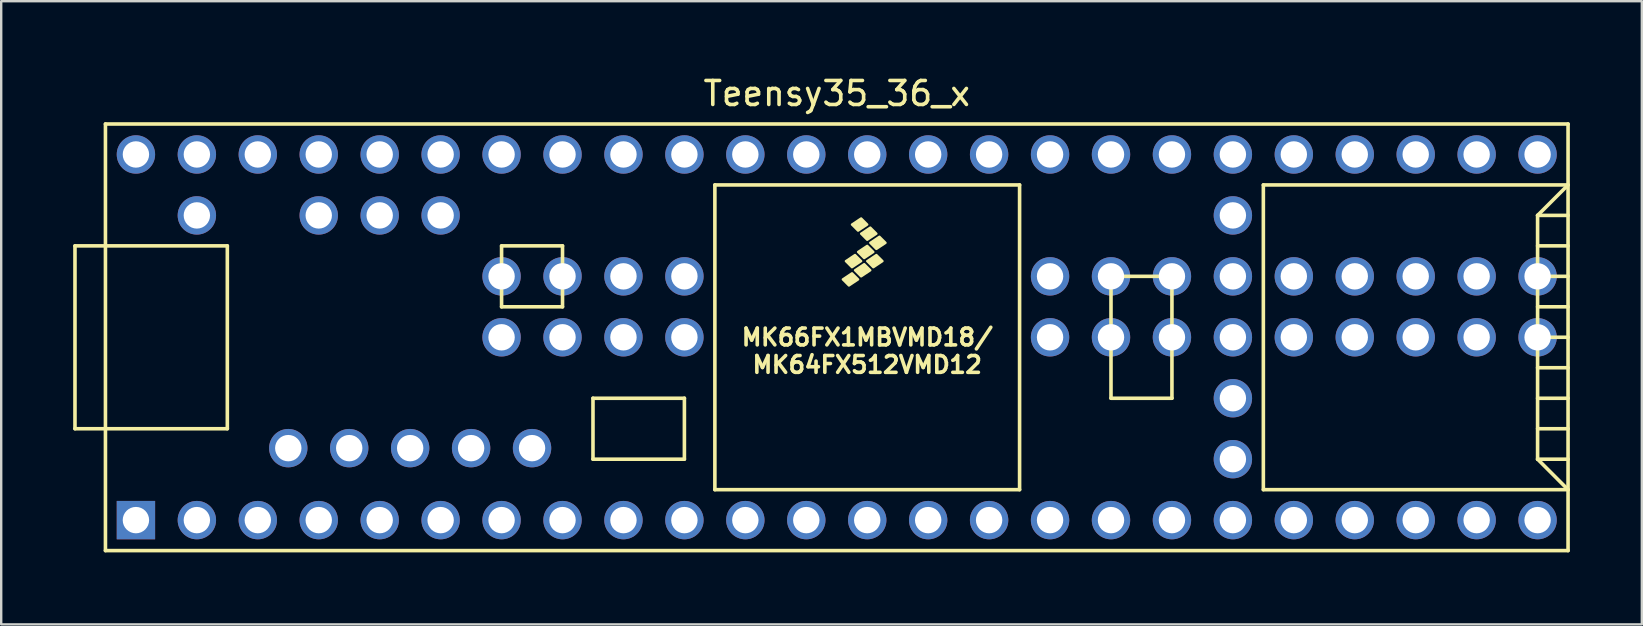
<source format=kicad_pcb>
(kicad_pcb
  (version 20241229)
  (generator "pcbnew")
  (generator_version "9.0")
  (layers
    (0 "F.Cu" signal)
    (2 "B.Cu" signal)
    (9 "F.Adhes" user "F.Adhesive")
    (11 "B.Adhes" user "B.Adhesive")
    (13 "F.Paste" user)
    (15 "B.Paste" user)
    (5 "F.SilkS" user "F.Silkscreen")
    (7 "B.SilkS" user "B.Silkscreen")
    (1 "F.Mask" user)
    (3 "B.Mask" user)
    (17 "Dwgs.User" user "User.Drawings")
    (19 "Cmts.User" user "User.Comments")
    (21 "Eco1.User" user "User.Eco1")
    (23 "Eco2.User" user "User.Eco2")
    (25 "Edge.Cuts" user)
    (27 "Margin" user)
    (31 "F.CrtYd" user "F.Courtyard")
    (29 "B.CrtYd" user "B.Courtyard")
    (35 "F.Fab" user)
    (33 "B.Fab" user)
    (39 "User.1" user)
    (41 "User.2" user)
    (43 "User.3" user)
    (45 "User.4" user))
  (footprint "Teensy35_36_x"
    (layer "F.Cu")
    (at 31.825 11.008)
    (property "Reference" "Teensy35_36_x" (at 0 -10.16 0) (layer "F.SilkS") (effects (font (size 1 1) (thickness 0.15))))
    (attr through_hole)
    (fp_line (start -31.75 -3.81) (end -30.48 -3.81) (stroke (width 0.15) (type solid)) (layer "F.SilkS"))
    (fp_line (start -31.75 3.81) (end -31.75 -3.81) (stroke (width 0.15) (type solid)) (layer "F.SilkS"))
    (fp_line (start -30.48 3.81) (end -31.75 3.81) (stroke (width 0.15) (type solid)) (layer "F.SilkS"))
    (fp_line (start -30.48 8.89) (end -30.48 -8.89) (stroke (width 0.15) (type solid)) (layer "F.SilkS"))
    (fp_line (start -30.48 8.89) (end 30.48 8.89) (stroke (width 0.15) (type solid)) (layer "F.SilkS"))
    (fp_line (start -25.4 -3.81) (end -30.48 -3.81) (stroke (width 0.15) (type solid)) (layer "F.SilkS"))
    (fp_line (start -25.4 3.81) (end -30.48 3.81) (stroke (width 0.15) (type solid)) (layer "F.SilkS"))
    (fp_line (start -25.4 3.81) (end -25.4 -3.81) (stroke (width 0.15) (type solid)) (layer "F.SilkS"))
    (fp_line (start -13.97 -3.81) (end -13.97 -1.27) (stroke (width 0.15) (type solid)) (layer "F.SilkS"))
    (fp_line (start -13.97 -1.27) (end -11.43 -1.27) (stroke (width 0.15) (type solid)) (layer "F.SilkS"))
    (fp_line (start -11.43 -3.81) (end -13.97 -3.81) (stroke (width 0.15) (type solid)) (layer "F.SilkS"))
    (fp_line (start -11.43 -1.27) (end -11.43 -3.81) (stroke (width 0.15) (type solid)) (layer "F.SilkS"))
    (fp_line (start -10.16 2.54) (end -6.35 2.54) (stroke (width 0.15) (type solid)) (layer "F.SilkS"))
    (fp_line (start -10.16 5.08) (end -10.16 2.54) (stroke (width 0.15) (type solid)) (layer "F.SilkS"))
    (fp_line (start -6.35 2.54) (end -6.35 5.08) (stroke (width 0.15) (type solid)) (layer "F.SilkS"))
    (fp_line (start -6.35 5.08) (end -10.16 5.08) (stroke (width 0.15) (type solid)) (layer "F.SilkS"))
    (fp_line (start -5.08 -6.35) (end -5.08 6.35) (stroke (width 0.15) (type solid)) (layer "F.SilkS"))
    (fp_line (start -5.08 -6.35) (end 7.62 -6.35) (stroke (width 0.15) (type solid)) (layer "F.SilkS"))
    (fp_line (start -5.08 6.35) (end 7.62 6.35) (stroke (width 0.15) (type solid)) (layer "F.SilkS"))
    (fp_line (start 7.62 6.35) (end 7.62 -6.35) (stroke (width 0.15) (type solid)) (layer "F.SilkS"))
    (fp_line (start 11.43 -2.54) (end 13.97 -2.54) (stroke (width 0.15) (type solid)) (layer "F.SilkS"))
    (fp_line (start 11.43 2.54) (end 11.43 -2.54) (stroke (width 0.15) (type solid)) (layer "F.SilkS"))
    (fp_line (start 13.97 -2.54) (end 13.97 2.54) (stroke (width 0.15) (type solid)) (layer "F.SilkS"))
    (fp_line (start 13.97 2.54) (end 11.43 2.54) (stroke (width 0.15) (type solid)) (layer "F.SilkS"))
    (fp_line (start 17.78 -6.35) (end 17.78 6.35) (stroke (width 0.15) (type solid)) (layer "F.SilkS"))
    (fp_line (start 17.78 6.35) (end 30.48 6.35) (stroke (width 0.15) (type solid)) (layer "F.SilkS"))
    (fp_line (start 29.21 -5.08) (end 30.48 -6.35) (stroke (width 0.15) (type solid)) (layer "F.SilkS"))
    (fp_line (start 29.21 -5.08) (end 30.48 -5.08) (stroke (width 0.15) (type solid)) (layer "F.SilkS"))
    (fp_line (start 29.21 -3.81) (end 30.48 -3.81) (stroke (width 0.15) (type solid)) (layer "F.SilkS"))
    (fp_line (start 29.21 -2.54) (end 30.48 -2.54) (stroke (width 0.15) (type solid)) (layer "F.SilkS"))
    (fp_line (start 29.21 -1.27) (end 30.48 -1.27) (stroke (width 0.15) (type solid)) (layer "F.SilkS"))
    (fp_line (start 29.21 0) (end 30.48 0) (stroke (width 0.15) (type solid)) (layer "F.SilkS"))
    (fp_line (start 29.21 1.27) (end 30.48 1.27) (stroke (width 0.15) (type solid)) (layer "F.SilkS"))
    (fp_line (start 29.21 2.54) (end 30.48 2.54) (stroke (width 0.15) (type solid)) (layer "F.SilkS"))
    (fp_line (start 29.21 3.81) (end 30.48 3.81) (stroke (width 0.15) (type solid)) (layer "F.SilkS"))
    (fp_line (start 29.21 5.08) (end 29.21 -5.08) (stroke (width 0.15) (type solid)) (layer "F.SilkS"))
    (fp_line (start 29.21 5.08) (end 30.48 5.08) (stroke (width 0.15) (type solid)) (layer "F.SilkS"))
    (fp_line (start 30.48 -8.89) (end -30.48 -8.89) (stroke (width 0.15) (type solid)) (layer "F.SilkS"))
    (fp_line (start 30.48 -8.89) (end 30.48 8.89) (stroke (width 0.15) (type solid)) (layer "F.SilkS"))
    (fp_line (start 30.48 -6.35) (end 17.78 -6.35) (stroke (width 0.15) (type solid)) (layer "F.SilkS"))
    (fp_line (start 30.48 6.35) (end 29.21 5.08) (stroke (width 0.15) (type solid)) (layer "F.SilkS"))
    (fp_poly (pts (xy 0.635 -2.667) (xy 0.889 -2.413) (xy 0.508 -2.159) (xy 0.254 -2.413)) (stroke (width 0.1) (type solid)) (fill yes) (layer "F.SilkS"))
    (fp_poly (pts (xy 0.762 -3.429) (xy 1.016 -3.175) (xy 0.635 -2.921) (xy 0.381 -3.175)) (stroke (width 0.1) (type solid)) (fill yes) (layer "F.SilkS"))
    (fp_poly (pts (xy 1.016 -4.953) (xy 1.27 -4.699) (xy 0.889 -4.445) (xy 0.635 -4.699)) (stroke (width 0.1) (type solid)) (fill yes) (layer "F.SilkS"))
    (fp_poly (pts (xy 1.143 -3.048) (xy 1.397 -2.794) (xy 1.016 -2.54) (xy 0.762 -2.794)) (stroke (width 0.1) (type solid)) (fill yes) (layer "F.SilkS"))
    (fp_poly (pts (xy 1.27 -3.81) (xy 1.524 -3.556) (xy 1.143 -3.302) (xy 0.889 -3.556)) (stroke (width 0.1) (type solid)) (fill yes) (layer "F.SilkS"))
    (fp_poly (pts (xy 1.397 -4.572) (xy 1.651 -4.318) (xy 1.27 -4.064) (xy 1.016 -4.318)) (stroke (width 0.1) (type solid)) (fill yes) (layer "F.SilkS"))
    (fp_poly (pts (xy 1.651 -3.429) (xy 1.905 -3.175) (xy 1.524 -2.921) (xy 1.27 -3.175)) (stroke (width 0.1) (type solid)) (fill yes) (layer "F.SilkS"))
    (fp_poly (pts (xy 1.778 -4.191) (xy 2.032 -3.937) (xy 1.651 -3.683) (xy 1.397 -3.937)) (stroke (width 0.1) (type solid)) (fill yes) (layer "F.SilkS"))
    (fp_text user "MK66FX1MBVMD18/" (at 1.27 0 0) (layer "F.SilkS") (effects (font (size 0.7 0.7) (thickness 0.15))))
    (fp_text user "MK64FX512VMD12" (at 1.27 1.143 0) (layer "F.SilkS") (effects (font (size 0.7 0.7) (thickness 0.15))))
    (pad "1" thru_hole rect (at -29.21 7.62) (size 1.6 1.6) (drill 1.1) (layers "*.Cu" "*.Mask"))
    (pad "2" thru_hole circle (at -26.67 7.62) (size 1.6 1.6) (drill 1.1) (layers "*.Cu" "*.Mask"))
    (pad "3" thru_hole circle (at -24.13 7.62) (size 1.6 1.6) (drill 1.1) (layers "*.Cu" "*.Mask"))
    (pad "4" thru_hole circle (at -21.59 7.62) (size 1.6 1.6) (drill 1.1) (layers "*.Cu" "*.Mask"))
    (pad "5" thru_hole circle (at -19.05 7.62) (size 1.6 1.6) (drill 1.1) (layers "*.Cu" "*.Mask"))
    (pad "6" thru_hole circle (at -16.51 7.62) (size 1.6 1.6) (drill 1.1) (layers "*.Cu" "*.Mask"))
    (pad "7" thru_hole circle (at -13.97 7.62) (size 1.6 1.6) (drill 1.1) (layers "*.Cu" "*.Mask"))
    (pad "8" thru_hole circle (at -11.43 7.62) (size 1.6 1.6) (drill 1.1) (layers "*.Cu" "*.Mask"))
    (pad "9" thru_hole circle (at -8.89 7.62) (size 1.6 1.6) (drill 1.1) (layers "*.Cu" "*.Mask"))
    (pad "10" thru_hole circle (at -6.35 7.62) (size 1.6 1.6) (drill 1.1) (layers "*.Cu" "*.Mask"))
    (pad "11" thru_hole circle (at -3.81 7.62) (size 1.6 1.6) (drill 1.1) (layers "*.Cu" "*.Mask"))
    (pad "12" thru_hole circle (at -1.27 7.62) (size 1.6 1.6) (drill 1.1) (layers "*.Cu" "*.Mask"))
    (pad "13" thru_hole circle (at 1.27 7.62) (size 1.6 1.6) (drill 1.1) (layers "*.Cu" "*.Mask"))
    (pad "14" thru_hole circle (at 3.81 7.62) (size 1.6 1.6) (drill 1.1) (layers "*.Cu" "*.Mask"))
    (pad "15" thru_hole circle (at 6.35 7.62) (size 1.6 1.6) (drill 1.1) (layers "*.Cu" "*.Mask"))
    (pad "16" thru_hole circle (at 8.89 7.62) (size 1.6 1.6) (drill 1.1) (layers "*.Cu" "*.Mask"))
    (pad "17" thru_hole circle (at 11.43 7.62) (size 1.6 1.6) (drill 1.1) (layers "*.Cu" "*.Mask"))
    (pad "18" thru_hole circle (at 13.97 7.62) (size 1.6 1.6) (drill 1.1) (layers "*.Cu" "*.Mask"))
    (pad "19" thru_hole circle (at 16.51 7.62) (size 1.6 1.6) (drill 1.1) (layers "*.Cu" "*.Mask"))
    (pad "20" thru_hole circle (at 19.05 7.62) (size 1.6 1.6) (drill 1.1) (layers "*.Cu" "*.Mask"))
    (pad "21" thru_hole circle (at 21.59 7.62) (size 1.6 1.6) (drill 1.1) (layers "*.Cu" "*.Mask"))
    (pad "22" thru_hole circle (at 24.13 7.62) (size 1.6 1.6) (drill 1.1) (layers "*.Cu" "*.Mask"))
    (pad "23" thru_hole circle (at 26.67 7.62) (size 1.6 1.6) (drill 1.1) (layers "*.Cu" "*.Mask"))
    (pad "24" thru_hole circle (at 29.21 7.62) (size 1.6 1.6) (drill 1.1) (layers "*.Cu" "*.Mask"))
    (pad "25" thru_hole circle (at 16.51 5.08) (size 1.6 1.6) (drill 1.1) (layers "*.Cu" "*.Mask"))
    (pad "26" thru_hole circle (at 16.51 2.54) (size 1.6 1.6) (drill 1.1) (layers "*.Cu" "*.Mask"))
    (pad "27" thru_hole circle (at 16.51 0) (size 1.6 1.6) (drill 1.1) (layers "*.Cu" "*.Mask"))
    (pad "28" thru_hole circle (at 16.51 -2.54) (size 1.6 1.6) (drill 1.1) (layers "*.Cu" "*.Mask"))
    (pad "29" thru_hole circle (at 16.51 -5.08) (size 1.6 1.6) (drill 1.1) (layers "*.Cu" "*.Mask"))
    (pad "30" thru_hole circle (at 29.21 -7.62) (size 1.6 1.6) (drill 1.1) (layers "*.Cu" "*.Mask"))
    (pad "31" thru_hole circle (at 26.67 -7.62) (size 1.6 1.6) (drill 1.1) (layers "*.Cu" "*.Mask"))
    (pad "32" thru_hole circle (at 24.13 -7.62) (size 1.6 1.6) (drill 1.1) (layers "*.Cu" "*.Mask"))
    (pad "33" thru_hole circle (at 21.59 -7.62) (size 1.6 1.6) (drill 1.1) (layers "*.Cu" "*.Mask"))
    (pad "34" thru_hole circle (at 19.05 -7.62) (size 1.6 1.6) (drill 1.1) (layers "*.Cu" "*.Mask"))
    (pad "35" thru_hole circle (at 16.51 -7.62) (size 1.6 1.6) (drill 1.1) (layers "*.Cu" "*.Mask"))
    (pad "36" thru_hole circle (at 13.97 -7.62) (size 1.6 1.6) (drill 1.1) (layers "*.Cu" "*.Mask"))
    (pad "37" thru_hole circle (at 11.43 -7.62) (size 1.6 1.6) (drill 1.1) (layers "*.Cu" "*.Mask"))
    (pad "38" thru_hole circle (at 8.89 -7.62) (size 1.6 1.6) (drill 1.1) (layers "*.Cu" "*.Mask"))
    (pad "39" thru_hole circle (at 6.35 -7.62) (size 1.6 1.6) (drill 1.1) (layers "*.Cu" "*.Mask"))
    (pad "40" thru_hole circle (at 3.81 -7.62) (size 1.6 1.6) (drill 1.1) (layers "*.Cu" "*.Mask"))
    (pad "41" thru_hole circle (at 1.27 -7.62) (size 1.6 1.6) (drill 1.1) (layers "*.Cu" "*.Mask"))
    (pad "42" thru_hole circle (at -1.27 -7.62) (size 1.6 1.6) (drill 1.1) (layers "*.Cu" "*.Mask"))
    (pad "43" thru_hole circle (at -3.81 -7.62) (size 1.6 1.6) (drill 1.1) (layers "*.Cu" "*.Mask"))
    (pad "44" thru_hole circle (at -6.35 -7.62) (size 1.6 1.6) (drill 1.1) (layers "*.Cu" "*.Mask"))
    (pad "45" thru_hole circle (at -8.89 -7.62) (size 1.6 1.6) (drill 1.1) (layers "*.Cu" "*.Mask"))
    (pad "46" thru_hole circle (at -11.43 -7.62) (size 1.6 1.6) (drill 1.1) (layers "*.Cu" "*.Mask"))
    (pad "47" thru_hole circle (at -13.97 -7.62) (size 1.6 1.6) (drill 1.1) (layers "*.Cu" "*.Mask"))
    (pad "48" thru_hole circle (at -16.51 -7.62) (size 1.6 1.6) (drill 1.1) (layers "*.Cu" "*.Mask"))
    (pad "49" thru_hole circle (at -19.05 -7.62) (size 1.6 1.6) (drill 1.1) (layers "*.Cu" "*.Mask"))
    (pad "50" thru_hole circle (at -21.59 -7.62) (size 1.6 1.6) (drill 1.1) (layers "*.Cu" "*.Mask"))
    (pad "51" thru_hole circle (at -24.13 -7.62) (size 1.6 1.6) (drill 1.1) (layers "*.Cu" "*.Mask"))
    (pad "52" thru_hole circle (at -26.67 -7.62) (size 1.6 1.6) (drill 1.1) (layers "*.Cu" "*.Mask"))
    (pad "53" thru_hole circle (at -29.21 -7.62) (size 1.6 1.6) (drill 1.1) (layers "*.Cu" "*.Mask"))
    (pad "54" thru_hole circle (at -26.67 -5.08) (size 1.6 1.6) (drill 1.1) (layers "*.Cu" "*.Mask"))
    (pad "55" thru_hole circle (at -21.59 -5.08) (size 1.6 1.6) (drill 1.1) (layers "*.Cu" "*.Mask"))
    (pad "56" thru_hole circle (at -19.05 -5.08) (size 1.6 1.6) (drill 1.1) (layers "*.Cu" "*.Mask"))
    (pad "57" thru_hole circle (at -16.51 -5.08) (size 1.6 1.6) (drill 1.1) (layers "*.Cu" "*.Mask"))
    (pad "58" thru_hole circle (at -22.86 4.62) (size 1.6 1.6) (drill 1.1) (layers "*.Cu" "*.Mask"))
    (pad "59" thru_hole circle (at -20.32 4.62) (size 1.6 1.6) (drill 1.1) (layers "*.Cu" "*.Mask"))
    (pad "60" thru_hole circle (at -17.78 4.62) (size 1.6 1.6) (drill 1.1) (layers "*.Cu" "*.Mask"))
    (pad "61" thru_hole circle (at -15.24 4.62) (size 1.6 1.6) (drill 1.1) (layers "*.Cu" "*.Mask"))
    (pad "62" thru_hole circle (at -12.7 4.62) (size 1.6 1.6) (drill 1.1) (layers "*.Cu" "*.Mask"))
    (pad "63" thru_hole circle (at -13.97 0) (size 1.6 1.6) (drill 1.1) (layers "*.Cu" "*.Mask"))
    (pad "64" thru_hole circle (at -11.43 0) (size 1.6 1.6) (drill 1.1) (layers "*.Cu" "*.Mask"))
    (pad "65" thru_hole circle (at -8.89 0) (size 1.6 1.6) (drill 1.1) (layers "*.Cu" "*.Mask"))
    (pad "66" thru_hole circle (at -6.35 0) (size 1.6 1.6) (drill 1.1) (layers "*.Cu" "*.Mask"))
    (pad "67" thru_hole circle (at 8.89 0) (size 1.6 1.6) (drill 1.1) (layers "*.Cu" "*.Mask"))
    (pad "68" thru_hole circle (at 11.43 0) (size 1.6 1.6) (drill 1.1) (layers "*.Cu" "*.Mask"))
    (pad "69" thru_hole circle (at 13.97 0) (size 1.6 1.6) (drill 1.1) (layers "*.Cu" "*.Mask"))
    (pad "70" thru_hole circle (at 19.05 0) (size 1.6 1.6) (drill 1.1) (layers "*.Cu" "*.Mask"))
    (pad "71" thru_hole circle (at 21.59 0) (size 1.6 1.6) (drill 1.1) (layers "*.Cu" "*.Mask"))
    (pad "72" thru_hole circle (at 24.13 0) (size 1.6 1.6) (drill 1.1) (layers "*.Cu" "*.Mask"))
    (pad "73" thru_hole circle (at 26.67 0) (size 1.6 1.6) (drill 1.1) (layers "*.Cu" "*.Mask"))
    (pad "74" thru_hole circle (at 29.21 0) (size 1.6 1.6) (drill 1.1) (layers "*.Cu" "*.Mask"))
    (pad "75" thru_hole circle (at 29.21 -2.54) (size 1.6 1.6) (drill 1.1) (layers "*.Cu" "*.Mask"))
    (pad "76" thru_hole circle (at 26.67 -2.54) (size 1.6 1.6) (drill 1.1) (layers "*.Cu" "*.Mask"))
    (pad "77" thru_hole circle (at 24.13 -2.54) (size 1.6 1.6) (drill 1.1) (layers "*.Cu" "*.Mask"))
    (pad "78" thru_hole circle (at 21.59 -2.54) (size 1.6 1.6) (drill 1.1) (layers "*.Cu" "*.Mask"))
    (pad "79" thru_hole circle (at 19.05 -2.54) (size 1.6 1.6) (drill 1.1) (layers "*.Cu" "*.Mask"))
    (pad "80" thru_hole circle (at 13.97 -2.54) (size 1.6 1.6) (drill 1.1) (layers "*.Cu" "*.Mask"))
    (pad "81" thru_hole circle (at 11.43 -2.54) (size 1.6 1.6) (drill 1.1) (layers "*.Cu" "*.Mask"))
    (pad "82" thru_hole circle (at 8.89 -2.54) (size 1.6 1.6) (drill 1.1) (layers "*.Cu" "*.Mask"))
    (pad "83" thru_hole circle (at -6.35 -2.54) (size 1.6 1.6) (drill 1.1) (layers "*.Cu" "*.Mask"))
    (pad "84" thru_hole circle (at -8.89 -2.54) (size 1.6 1.6) (drill 1.1) (layers "*.Cu" "*.Mask"))
    (pad "85" thru_hole circle (at -11.43 -2.54) (size 1.6 1.6) (drill 1.1) (layers "*.Cu" "*.Mask"))
    (pad "86" thru_hole circle (at -13.97 -2.54) (size 1.6 1.6) (drill 1.1) (layers "*.Cu" "*.Mask")))
  (gr_rect
    (start -3 -3)
    (end 65.38 22.973)
    (stroke (width 0.1) (type default))
    (fill no)
    (layer "Edge.Cuts")))
</source>
